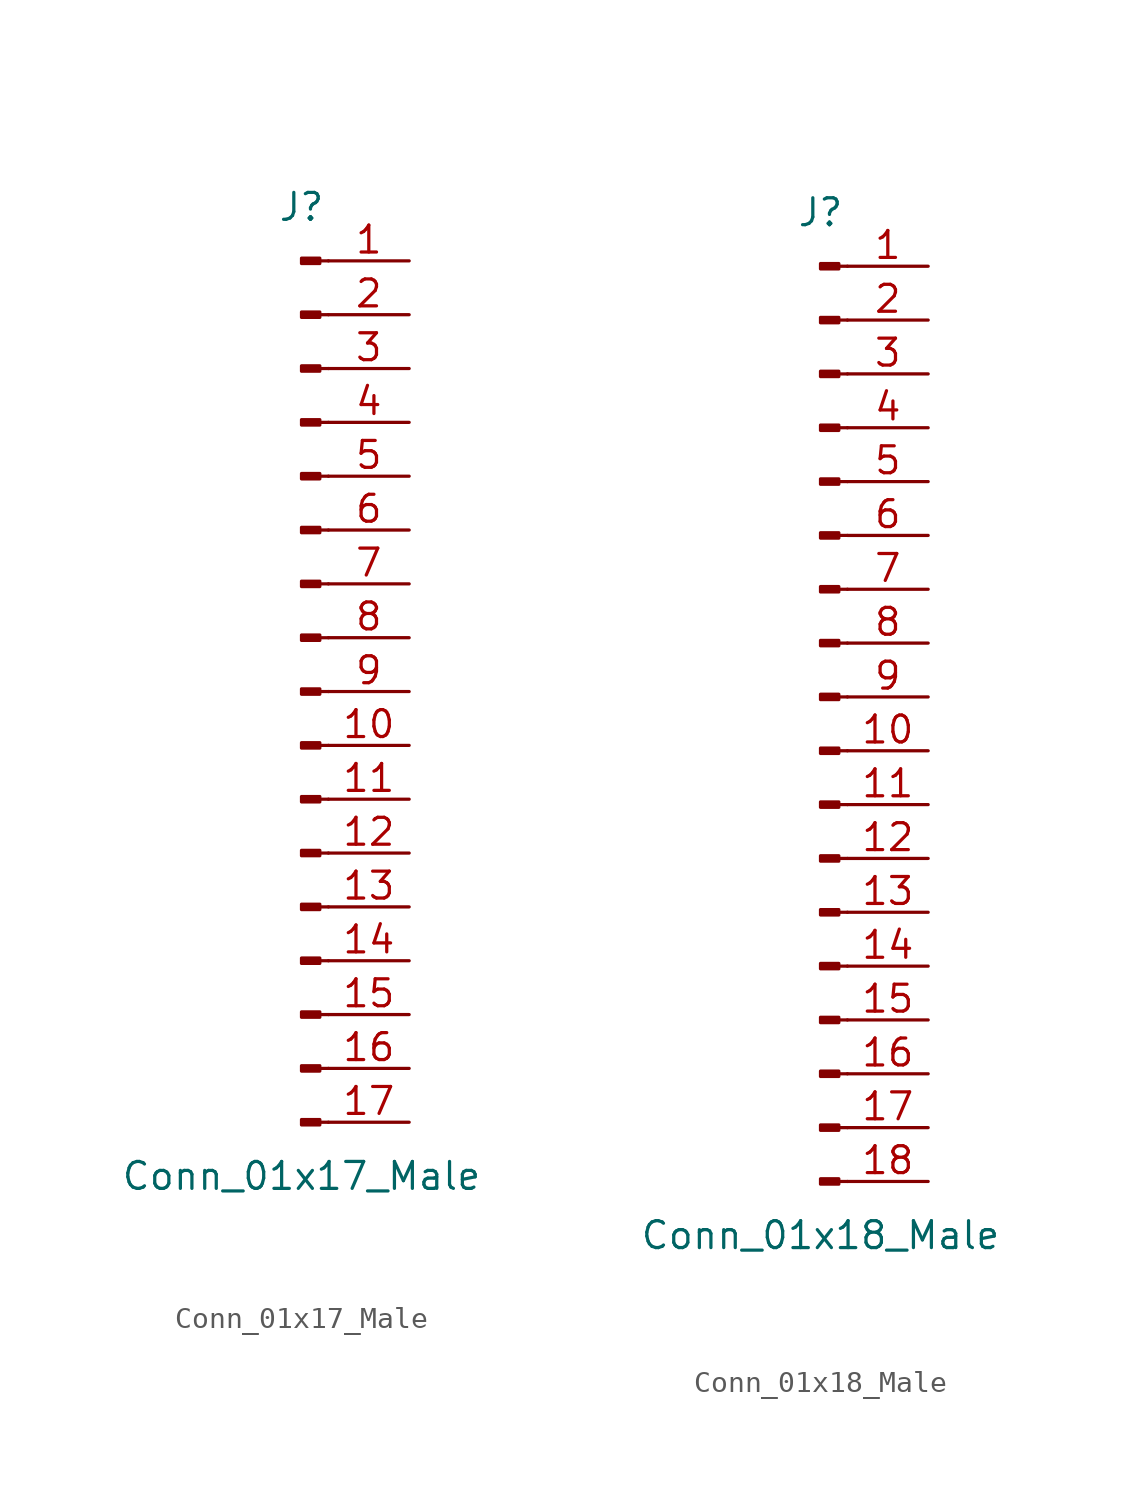
<source format=kicad_sym>
(kicad_symbol_lib
  (version 20201005)
  (generator kicad_symbol_editor)
  (symbol "Conn_01x17_Male"
    (pin_names
      (offset 1.016) hide)
    (property "Reference" "J"
      (at 0 22.86 0)
      (effects (font (size 1.27 1.27))))
    (property "Value" "Conn_01x17_Male"
      (at 0 -22.86 0)
      (effects (font (size 1.27 1.27))))
    (symbol "Conn_01x17_Male_1_1"
      (rectangle (start 0.864 -20.193) (end 0 -20.447) (stroke (width 0.152)) (fill (type outline)))
      (rectangle (start 0.864 -17.653) (end 0 -17.907) (stroke (width 0.152)) (fill (type outline)))
      (rectangle (start 0.864 -15.113) (end 0 -15.367) (stroke (width 0.152)) (fill (type outline)))
      (rectangle (start 0.864 -12.573) (end 0 -12.827) (stroke (width 0.152)) (fill (type outline)))
      (rectangle (start 0.864 -10.033) (end 0 -10.287) (stroke (width 0.152)) (fill (type outline)))
      (rectangle (start 0.864 -7.493) (end 0 -7.747) (stroke (width 0.152)) (fill (type outline)))
      (rectangle (start 0.864 -4.953) (end 0 -5.207) (stroke (width 0.152)) (fill (type outline)))
      (rectangle (start 0.864 -2.413) (end 0 -2.667) (stroke (width 0.152)) (fill (type outline)))
      (rectangle (start 0.864 0.127) (end 0 -0.127) (stroke (width 0.152)) (fill (type outline)))
      (rectangle (start 0.864 2.667) (end 0 2.413) (stroke (width 0.152)) (fill (type outline)))
      (rectangle (start 0.864 5.207) (end 0 4.953) (stroke (width 0.152)) (fill (type outline)))
      (rectangle (start 0.864 7.747) (end 0 7.493) (stroke (width 0.152)) (fill (type outline)))
      (rectangle (start 0.864 10.287) (end 0 10.033) (stroke (width 0.152)) (fill (type outline)))
      (rectangle (start 0.864 12.827) (end 0 12.573) (stroke (width 0.152)) (fill (type outline)))
      (rectangle (start 0.864 15.367) (end 0 15.113) (stroke (width 0.152)) (fill (type outline)))
      (rectangle (start 0.864 17.907) (end 0 17.653) (stroke (width 0.152)) (fill (type outline)))
      (rectangle (start 0.864 20.447) (end 0 20.193) (stroke (width 0.152)) (fill (type outline)))
      (polyline (pts (xy 1.27 -20.32) (xy 0.864 -20.32)) (stroke (width 0.152)) (fill (type none)))
      (polyline (pts (xy 1.27 -17.78) (xy 0.864 -17.78)) (stroke (width 0.152)) (fill (type none)))
      (polyline (pts (xy 1.27 -15.24) (xy 0.864 -15.24)) (stroke (width 0.152)) (fill (type none)))
      (polyline (pts (xy 1.27 -12.7) (xy 0.864 -12.7)) (stroke (width 0.152)) (fill (type none)))
      (polyline (pts (xy 1.27 -10.16) (xy 0.864 -10.16)) (stroke (width 0.152)) (fill (type none)))
      (polyline (pts (xy 1.27 -7.62) (xy 0.864 -7.62)) (stroke (width 0.152)) (fill (type none)))
      (polyline (pts (xy 1.27 -5.08) (xy 0.864 -5.08)) (stroke (width 0.152)) (fill (type none)))
      (polyline (pts (xy 1.27 -2.54) (xy 0.864 -2.54)) (stroke (width 0.152)) (fill (type none)))
      (polyline (pts (xy 1.27 0) (xy 0.864 0)) (stroke (width 0.152)) (fill (type none)))
      (polyline (pts (xy 1.27 2.54) (xy 0.864 2.54)) (stroke (width 0.152)) (fill (type none)))
      (polyline (pts (xy 1.27 5.08) (xy 0.864 5.08)) (stroke (width 0.152)) (fill (type none)))
      (polyline (pts (xy 1.27 7.62) (xy 0.864 7.62)) (stroke (width 0.152)) (fill (type none)))
      (polyline (pts (xy 1.27 10.16) (xy 0.864 10.16)) (stroke (width 0.152)) (fill (type none)))
      (polyline (pts (xy 1.27 12.7) (xy 0.864 12.7)) (stroke (width 0.152)) (fill (type none)))
      (polyline (pts (xy 1.27 15.24) (xy 0.864 15.24)) (stroke (width 0.152)) (fill (type none)))
      (polyline (pts (xy 1.27 17.78) (xy 0.864 17.78)) (stroke (width 0.152)) (fill (type none)))
      (polyline (pts (xy 1.27 20.32) (xy 0.864 20.32)) (stroke (width 0.152)) (fill (type none)))
      (pin passive line (at 5.08 20.32 180) (length 3.81) (name "Pin_1" (effects (font (size 1.27 1.27)))) (number "1" (effects (font (size 1.27 1.27)))))
      (pin passive line (at 5.08 -2.54 180) (length 3.81) (name "Pin_10" (effects (font (size 1.27 1.27)))) (number "10" (effects (font (size 1.27 1.27)))))
      (pin passive line (at 5.08 -5.08 180) (length 3.81) (name "Pin_11" (effects (font (size 1.27 1.27)))) (number "11" (effects (font (size 1.27 1.27)))))
      (pin passive line (at 5.08 -7.62 180) (length 3.81) (name "Pin_12" (effects (font (size 1.27 1.27)))) (number "12" (effects (font (size 1.27 1.27)))))
      (pin passive line (at 5.08 -10.16 180) (length 3.81) (name "Pin_13" (effects (font (size 1.27 1.27)))) (number "13" (effects (font (size 1.27 1.27)))))
      (pin passive line (at 5.08 -12.7 180) (length 3.81) (name "Pin_14" (effects (font (size 1.27 1.27)))) (number "14" (effects (font (size 1.27 1.27)))))
      (pin passive line (at 5.08 -15.24 180) (length 3.81) (name "Pin_15" (effects (font (size 1.27 1.27)))) (number "15" (effects (font (size 1.27 1.27)))))
      (pin passive line (at 5.08 -17.78 180) (length 3.81) (name "Pin_16" (effects (font (size 1.27 1.27)))) (number "16" (effects (font (size 1.27 1.27)))))
      (pin passive line (at 5.08 -20.32 180) (length 3.81) (name "Pin_17" (effects (font (size 1.27 1.27)))) (number "17" (effects (font (size 1.27 1.27)))))
      (pin passive line (at 5.08 17.78 180) (length 3.81) (name "Pin_2" (effects (font (size 1.27 1.27)))) (number "2" (effects (font (size 1.27 1.27)))))
      (pin passive line (at 5.08 15.24 180) (length 3.81) (name "Pin_3" (effects (font (size 1.27 1.27)))) (number "3" (effects (font (size 1.27 1.27)))))
      (pin passive line (at 5.08 12.7 180) (length 3.81) (name "Pin_4" (effects (font (size 1.27 1.27)))) (number "4" (effects (font (size 1.27 1.27)))))
      (pin passive line (at 5.08 10.16 180) (length 3.81) (name "Pin_5" (effects (font (size 1.27 1.27)))) (number "5" (effects (font (size 1.27 1.27)))))
      (pin passive line (at 5.08 7.62 180) (length 3.81) (name "Pin_6" (effects (font (size 1.27 1.27)))) (number "6" (effects (font (size 1.27 1.27)))))
      (pin passive line (at 5.08 5.08 180) (length 3.81) (name "Pin_7" (effects (font (size 1.27 1.27)))) (number "7" (effects (font (size 1.27 1.27)))))
      (pin passive line (at 5.08 2.54 180) (length 3.81) (name "Pin_8" (effects (font (size 1.27 1.27)))) (number "8" (effects (font (size 1.27 1.27)))))
      (pin passive line (at 5.08 0 180) (length 3.81) (name "Pin_9" (effects (font (size 1.27 1.27)))) (number "9" (effects (font (size 1.27 1.27)))))))
  (symbol "Conn_01x18_Male"
    (pin_names
      (offset 1.016) hide)
    (property "Reference" "J"
      (at 0 22.86 0)
      (effects (font (size 1.27 1.27))))
    (property "Value" "Conn_01x18_Male"
      (at 0 -25.4 0)
      (effects (font (size 1.27 1.27))))
    (symbol "Conn_01x18_Male_1_1"
      (rectangle (start 0.864 -22.733) (end 0 -22.987) (stroke (width 0.152)) (fill (type outline)))
      (rectangle (start 0.864 -20.193) (end 0 -20.447) (stroke (width 0.152)) (fill (type outline)))
      (rectangle (start 0.864 -17.653) (end 0 -17.907) (stroke (width 0.152)) (fill (type outline)))
      (rectangle (start 0.864 -15.113) (end 0 -15.367) (stroke (width 0.152)) (fill (type outline)))
      (rectangle (start 0.864 -12.573) (end 0 -12.827) (stroke (width 0.152)) (fill (type outline)))
      (rectangle (start 0.864 -10.033) (end 0 -10.287) (stroke (width 0.152)) (fill (type outline)))
      (rectangle (start 0.864 -7.493) (end 0 -7.747) (stroke (width 0.152)) (fill (type outline)))
      (rectangle (start 0.864 -4.953) (end 0 -5.207) (stroke (width 0.152)) (fill (type outline)))
      (rectangle (start 0.864 -2.413) (end 0 -2.667) (stroke (width 0.152)) (fill (type outline)))
      (rectangle (start 0.864 0.127) (end 0 -0.127) (stroke (width 0.152)) (fill (type outline)))
      (rectangle (start 0.864 2.667) (end 0 2.413) (stroke (width 0.152)) (fill (type outline)))
      (rectangle (start 0.864 5.207) (end 0 4.953) (stroke (width 0.152)) (fill (type outline)))
      (rectangle (start 0.864 7.747) (end 0 7.493) (stroke (width 0.152)) (fill (type outline)))
      (rectangle (start 0.864 10.287) (end 0 10.033) (stroke (width 0.152)) (fill (type outline)))
      (rectangle (start 0.864 12.827) (end 0 12.573) (stroke (width 0.152)) (fill (type outline)))
      (rectangle (start 0.864 15.367) (end 0 15.113) (stroke (width 0.152)) (fill (type outline)))
      (rectangle (start 0.864 17.907) (end 0 17.653) (stroke (width 0.152)) (fill (type outline)))
      (rectangle (start 0.864 20.447) (end 0 20.193) (stroke (width 0.152)) (fill (type outline)))
      (polyline (pts (xy 1.27 -22.86) (xy 0.864 -22.86)) (stroke (width 0.152)) (fill (type none)))
      (polyline (pts (xy 1.27 -20.32) (xy 0.864 -20.32)) (stroke (width 0.152)) (fill (type none)))
      (polyline (pts (xy 1.27 -17.78) (xy 0.864 -17.78)) (stroke (width 0.152)) (fill (type none)))
      (polyline (pts (xy 1.27 -15.24) (xy 0.864 -15.24)) (stroke (width 0.152)) (fill (type none)))
      (polyline (pts (xy 1.27 -12.7) (xy 0.864 -12.7)) (stroke (width 0.152)) (fill (type none)))
      (polyline (pts (xy 1.27 -10.16) (xy 0.864 -10.16)) (stroke (width 0.152)) (fill (type none)))
      (polyline (pts (xy 1.27 -7.62) (xy 0.864 -7.62)) (stroke (width 0.152)) (fill (type none)))
      (polyline (pts (xy 1.27 -5.08) (xy 0.864 -5.08)) (stroke (width 0.152)) (fill (type none)))
      (polyline (pts (xy 1.27 -2.54) (xy 0.864 -2.54)) (stroke (width 0.152)) (fill (type none)))
      (polyline (pts (xy 1.27 0) (xy 0.864 0)) (stroke (width 0.152)) (fill (type none)))
      (polyline (pts (xy 1.27 2.54) (xy 0.864 2.54)) (stroke (width 0.152)) (fill (type none)))
      (polyline (pts (xy 1.27 5.08) (xy 0.864 5.08)) (stroke (width 0.152)) (fill (type none)))
      (polyline (pts (xy 1.27 7.62) (xy 0.864 7.62)) (stroke (width 0.152)) (fill (type none)))
      (polyline (pts (xy 1.27 10.16) (xy 0.864 10.16)) (stroke (width 0.152)) (fill (type none)))
      (polyline (pts (xy 1.27 12.7) (xy 0.864 12.7)) (stroke (width 0.152)) (fill (type none)))
      (polyline (pts (xy 1.27 15.24) (xy 0.864 15.24)) (stroke (width 0.152)) (fill (type none)))
      (polyline (pts (xy 1.27 17.78) (xy 0.864 17.78)) (stroke (width 0.152)) (fill (type none)))
      (polyline (pts (xy 1.27 20.32) (xy 0.864 20.32)) (stroke (width 0.152)) (fill (type none)))
      (pin passive line (at 5.08 20.32 180) (length 3.81) (name "Pin_1" (effects (font (size 1.27 1.27)))) (number "1" (effects (font (size 1.27 1.27)))))
      (pin passive line (at 5.08 -2.54 180) (length 3.81) (name "Pin_10" (effects (font (size 1.27 1.27)))) (number "10" (effects (font (size 1.27 1.27)))))
      (pin passive line (at 5.08 -5.08 180) (length 3.81) (name "Pin_11" (effects (font (size 1.27 1.27)))) (number "11" (effects (font (size 1.27 1.27)))))
      (pin passive line (at 5.08 -7.62 180) (length 3.81) (name "Pin_12" (effects (font (size 1.27 1.27)))) (number "12" (effects (font (size 1.27 1.27)))))
      (pin passive line (at 5.08 -10.16 180) (length 3.81) (name "Pin_13" (effects (font (size 1.27 1.27)))) (number "13" (effects (font (size 1.27 1.27)))))
      (pin passive line (at 5.08 -12.7 180) (length 3.81) (name "Pin_14" (effects (font (size 1.27 1.27)))) (number "14" (effects (font (size 1.27 1.27)))))
      (pin passive line (at 5.08 -15.24 180) (length 3.81) (name "Pin_15" (effects (font (size 1.27 1.27)))) (number "15" (effects (font (size 1.27 1.27)))))
      (pin passive line (at 5.08 -17.78 180) (length 3.81) (name "Pin_16" (effects (font (size 1.27 1.27)))) (number "16" (effects (font (size 1.27 1.27)))))
      (pin passive line (at 5.08 -20.32 180) (length 3.81) (name "Pin_17" (effects (font (size 1.27 1.27)))) (number "17" (effects (font (size 1.27 1.27)))))
      (pin passive line (at 5.08 -22.86 180) (length 3.81) (name "Pin_18" (effects (font (size 1.27 1.27)))) (number "18" (effects (font (size 1.27 1.27)))))
      (pin passive line (at 5.08 17.78 180) (length 3.81) (name "Pin_2" (effects (font (size 1.27 1.27)))) (number "2" (effects (font (size 1.27 1.27)))))
      (pin passive line (at 5.08 15.24 180) (length 3.81) (name "Pin_3" (effects (font (size 1.27 1.27)))) (number "3" (effects (font (size 1.27 1.27)))))
      (pin passive line (at 5.08 12.7 180) (length 3.81) (name "Pin_4" (effects (font (size 1.27 1.27)))) (number "4" (effects (font (size 1.27 1.27)))))
      (pin passive line (at 5.08 10.16 180) (length 3.81) (name "Pin_5" (effects (font (size 1.27 1.27)))) (number "5" (effects (font (size 1.27 1.27)))))
      (pin passive line (at 5.08 7.62 180) (length 3.81) (name "Pin_6" (effects (font (size 1.27 1.27)))) (number "6" (effects (font (size 1.27 1.27)))))
      (pin passive line (at 5.08 5.08 180) (length 3.81) (name "Pin_7" (effects (font (size 1.27 1.27)))) (number "7" (effects (font (size 1.27 1.27)))))
      (pin passive line (at 5.08 2.54 180) (length 3.81) (name "Pin_8" (effects (font (size 1.27 1.27)))) (number "8" (effects (font (size 1.27 1.27)))))
      (pin passive line (at 5.08 0 180) (length 3.81) (name "Pin_9" (effects (font (size 1.27 1.27)))) (number "9" (effects (font (size 1.27 1.27))))))))
</source>
